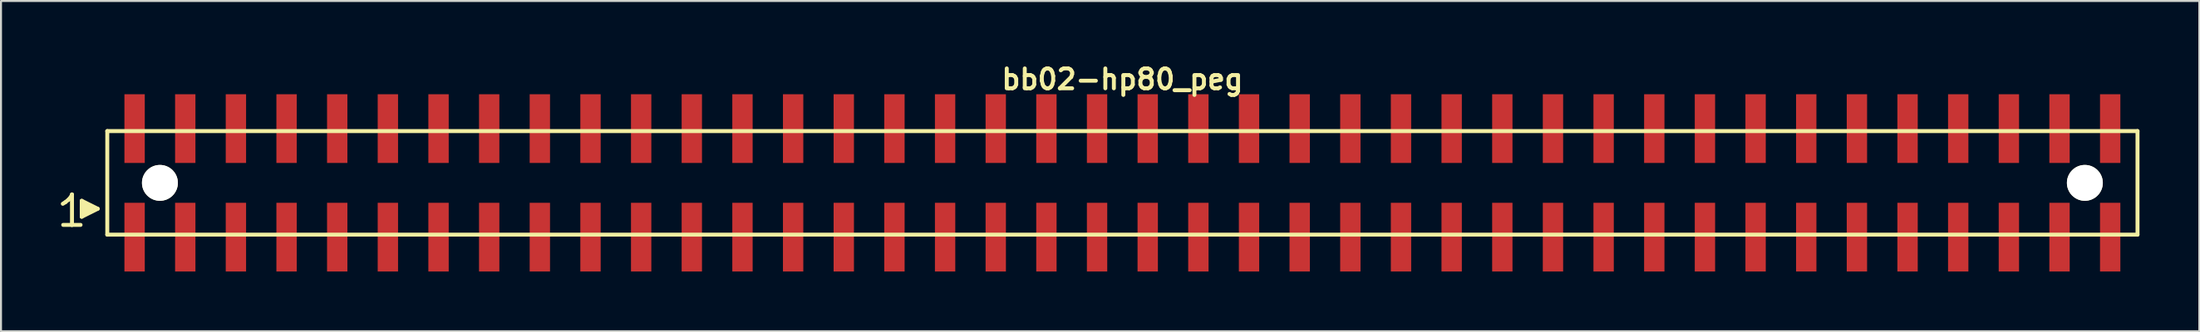
<source format=kicad_pcb>
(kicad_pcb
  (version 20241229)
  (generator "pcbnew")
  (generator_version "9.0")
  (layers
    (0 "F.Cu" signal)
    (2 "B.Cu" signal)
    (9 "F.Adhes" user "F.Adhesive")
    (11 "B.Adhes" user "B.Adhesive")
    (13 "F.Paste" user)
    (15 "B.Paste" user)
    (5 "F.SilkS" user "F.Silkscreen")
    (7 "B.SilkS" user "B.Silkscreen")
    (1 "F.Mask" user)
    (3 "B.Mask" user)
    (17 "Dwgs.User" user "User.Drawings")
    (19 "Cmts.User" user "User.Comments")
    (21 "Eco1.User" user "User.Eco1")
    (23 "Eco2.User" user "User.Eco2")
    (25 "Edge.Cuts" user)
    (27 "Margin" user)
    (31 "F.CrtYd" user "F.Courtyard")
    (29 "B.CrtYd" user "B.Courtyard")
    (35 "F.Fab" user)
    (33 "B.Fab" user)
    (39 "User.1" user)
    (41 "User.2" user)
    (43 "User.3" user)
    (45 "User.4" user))
  (footprint "bb02-hp80_peg"
    (layer "F.Cu")
    (at 53.229 6.132)
    (property "Reference" "bb02-hp80_peg" (at 0 -5.2 0) (layer "F.SilkS") (effects (font (size 0.998 0.998) (thickness 0.198))))
    (attr smd)
    (fp_line (start -53.13 1.05) (end -53 0.97) (stroke (width 0.198) (type solid)) (layer "F.SilkS"))
    (fp_line (start -53 0.97) (end -52.84 0.84) (stroke (width 0.198) (type solid)) (layer "F.SilkS"))
    (fp_line (start -52.84 0.84) (end -52.7 0.67) (stroke (width 0.198) (type solid)) (layer "F.SilkS"))
    (fp_line (start -52.7 0.67) (end -52.67 0.58) (stroke (width 0.198) (type solid)) (layer "F.SilkS"))
    (fp_line (start -52.67 0.58) (end -52.67 2.11) (stroke (width 0.198) (type solid)) (layer "F.SilkS"))
    (fp_line (start -52.67 2.11) (end -53.11 2.11) (stroke (width 0.198) (type solid)) (layer "F.SilkS"))
    (fp_line (start -52.24 2.11) (end -52.68 2.11) (stroke (width 0.198) (type solid)) (layer "F.SilkS"))
    (fp_line (start -52.18 0.9) (end -51.38 1.3) (stroke (width 0.198) (type solid)) (layer "F.SilkS"))
    (fp_line (start -52.18 1.7) (end -52.18 0.9) (stroke (width 0.198) (type solid)) (layer "F.SilkS"))
    (fp_line (start -52.08 1.6) (end -52.08 1) (stroke (width 0.198) (type solid)) (layer "F.SilkS"))
    (fp_line (start -51.98 1.1) (end -51.98 1.5) (stroke (width 0.198) (type solid)) (layer "F.SilkS"))
    (fp_line (start -51.88 1.5) (end -51.88 1.1) (stroke (width 0.198) (type solid)) (layer "F.SilkS"))
    (fp_line (start -51.78 1.2) (end -51.78 1.4) (stroke (width 0.198) (type solid)) (layer "F.SilkS"))
    (fp_line (start -51.68 1.4) (end -51.68 1.2) (stroke (width 0.198) (type solid)) (layer "F.SilkS"))
    (fp_line (start -51.38 1.3) (end -52.18 1.7) (stroke (width 0.198) (type solid)) (layer "F.SilkS"))
    (fp_line (start -50.9 -2.6) (end -50.9 2.6) (stroke (width 0.198) (type solid)) (layer "F.SilkS"))
    (fp_line (start -50.9 -2.6) (end 50.9 -2.6) (stroke (width 0.198) (type solid)) (layer "F.SilkS"))
    (fp_line (start -50.9 2.6) (end 50.9 2.6) (stroke (width 0.198) (type solid)) (layer "F.SilkS"))
    (fp_line (start 50.9 2.6) (end 50.9 -2.6) (stroke (width 0.198) (type solid)) (layer "F.SilkS"))
    (pad "" np_thru_hole circle (at -48.26 0) (size 1.8 1.8) (drill 1.8) (layers "*.Cu" "*.Mask" "F.SilkS"))
    (pad "" np_thru_hole circle (at 48.26 0) (size 1.8 1.8) (drill 1.8) (layers "*.Cu" "*.Mask" "F.SilkS"))
    (pad "1" smd rect (at -49.53 2.725) (size 1.02 3.45) (layers "F.Cu" "F.Mask" "F.Paste"))
    (pad "2" smd rect (at -49.53 -2.725) (size 1.02 3.45) (layers "F.Cu" "F.Mask" "F.Paste"))
    (pad "3" smd rect (at -46.99 2.725) (size 1.02 3.45) (layers "F.Cu" "F.Mask" "F.Paste"))
    (pad "4" smd rect (at -46.99 -2.725) (size 1.02 3.45) (layers "F.Cu" "F.Mask" "F.Paste"))
    (pad "5" smd rect (at -44.45 2.725) (size 1.02 3.45) (layers "F.Cu" "F.Mask" "F.Paste"))
    (pad "6" smd rect (at -44.45 -2.725) (size 1.02 3.45) (layers "F.Cu" "F.Mask" "F.Paste"))
    (pad "7" smd rect (at -41.91 2.725) (size 1.02 3.45) (layers "F.Cu" "F.Mask" "F.Paste"))
    (pad "8" smd rect (at -41.91 -2.725) (size 1.02 3.45) (layers "F.Cu" "F.Mask" "F.Paste"))
    (pad "9" smd rect (at -39.37 2.725) (size 1.02 3.45) (layers "F.Cu" "F.Mask" "F.Paste"))
    (pad "10" smd rect (at -39.37 -2.725) (size 1.02 3.45) (layers "F.Cu" "F.Mask" "F.Paste"))
    (pad "11" smd rect (at -36.83 2.725) (size 1.02 3.45) (layers "F.Cu" "F.Mask" "F.Paste"))
    (pad "12" smd rect (at -36.83 -2.725) (size 1.02 3.45) (layers "F.Cu" "F.Mask" "F.Paste"))
    (pad "13" smd rect (at -34.29 2.725) (size 1.02 3.45) (layers "F.Cu" "F.Mask" "F.Paste"))
    (pad "14" smd rect (at -34.29 -2.725) (size 1.02 3.45) (layers "F.Cu" "F.Mask" "F.Paste"))
    (pad "15" smd rect (at -31.75 2.725) (size 1.02 3.45) (layers "F.Cu" "F.Mask" "F.Paste"))
    (pad "16" smd rect (at -31.75 -2.725) (size 1.02 3.45) (layers "F.Cu" "F.Mask" "F.Paste"))
    (pad "17" smd rect (at -29.21 2.725) (size 1.02 3.45) (layers "F.Cu" "F.Mask" "F.Paste"))
    (pad "18" smd rect (at -29.21 -2.725) (size 1.02 3.45) (layers "F.Cu" "F.Mask" "F.Paste"))
    (pad "19" smd rect (at -26.67 2.725) (size 1.02 3.45) (layers "F.Cu" "F.Mask" "F.Paste"))
    (pad "20" smd rect (at -26.67 -2.725) (size 1.02 3.45) (layers "F.Cu" "F.Mask" "F.Paste"))
    (pad "21" smd rect (at -24.13 2.725) (size 1.02 3.45) (layers "F.Cu" "F.Mask" "F.Paste"))
    (pad "22" smd rect (at -24.13 -2.725) (size 1.02 3.45) (layers "F.Cu" "F.Mask" "F.Paste"))
    (pad "23" smd rect (at -21.59 2.725) (size 1.02 3.45) (layers "F.Cu" "F.Mask" "F.Paste"))
    (pad "24" smd rect (at -21.59 -2.725) (size 1.02 3.45) (layers "F.Cu" "F.Mask" "F.Paste"))
    (pad "25" smd rect (at -19.05 2.725) (size 1.02 3.45) (layers "F.Cu" "F.Mask" "F.Paste"))
    (pad "26" smd rect (at -19.05 -2.725) (size 1.02 3.45) (layers "F.Cu" "F.Mask" "F.Paste"))
    (pad "27" smd rect (at -16.51 2.725) (size 1.02 3.45) (layers "F.Cu" "F.Mask" "F.Paste"))
    (pad "28" smd rect (at -16.51 -2.725) (size 1.02 3.45) (layers "F.Cu" "F.Mask" "F.Paste"))
    (pad "29" smd rect (at -13.97 2.725) (size 1.02 3.45) (layers "F.Cu" "F.Mask" "F.Paste"))
    (pad "30" smd rect (at -13.97 -2.725) (size 1.02 3.45) (layers "F.Cu" "F.Mask" "F.Paste"))
    (pad "31" smd rect (at -11.43 2.725) (size 1.02 3.45) (layers "F.Cu" "F.Mask" "F.Paste"))
    (pad "32" smd rect (at -11.43 -2.725) (size 1.02 3.45) (layers "F.Cu" "F.Mask" "F.Paste"))
    (pad "33" smd rect (at -8.89 2.725) (size 1.02 3.45) (layers "F.Cu" "F.Mask" "F.Paste"))
    (pad "34" smd rect (at -8.89 -2.725) (size 1.02 3.45) (layers "F.Cu" "F.Mask" "F.Paste"))
    (pad "35" smd rect (at -6.35 2.725) (size 1.02 3.45) (layers "F.Cu" "F.Mask" "F.Paste"))
    (pad "36" smd rect (at -6.35 -2.725) (size 1.02 3.45) (layers "F.Cu" "F.Mask" "F.Paste"))
    (pad "37" smd rect (at -3.81 2.725) (size 1.02 3.45) (layers "F.Cu" "F.Mask" "F.Paste"))
    (pad "38" smd rect (at -3.81 -2.725) (size 1.02 3.45) (layers "F.Cu" "F.Mask" "F.Paste"))
    (pad "39" smd rect (at -1.27 2.725) (size 1.02 3.45) (layers "F.Cu" "F.Mask" "F.Paste"))
    (pad "40" smd rect (at -1.27 -2.725) (size 1.02 3.45) (layers "F.Cu" "F.Mask" "F.Paste"))
    (pad "41" smd rect (at 1.27 2.725) (size 1.02 3.45) (layers "F.Cu" "F.Mask" "F.Paste"))
    (pad "42" smd rect (at 1.27 -2.725) (size 1.02 3.45) (layers "F.Cu" "F.Mask" "F.Paste"))
    (pad "43" smd rect (at 3.81 2.725) (size 1.02 3.45) (layers "F.Cu" "F.Mask" "F.Paste"))
    (pad "44" smd rect (at 3.81 -2.725) (size 1.02 3.45) (layers "F.Cu" "F.Mask" "F.Paste"))
    (pad "45" smd rect (at 6.35 2.725) (size 1.02 3.45) (layers "F.Cu" "F.Mask" "F.Paste"))
    (pad "46" smd rect (at 6.35 -2.725) (size 1.02 3.45) (layers "F.Cu" "F.Mask" "F.Paste"))
    (pad "47" smd rect (at 8.89 2.725) (size 1.02 3.45) (layers "F.Cu" "F.Mask" "F.Paste"))
    (pad "48" smd rect (at 8.89 -2.725) (size 1.02 3.45) (layers "F.Cu" "F.Mask" "F.Paste"))
    (pad "49" smd rect (at 11.43 2.725) (size 1.02 3.45) (layers "F.Cu" "F.Mask" "F.Paste"))
    (pad "50" smd rect (at 11.43 -2.725) (size 1.02 3.45) (layers "F.Cu" "F.Mask" "F.Paste"))
    (pad "51" smd rect (at 13.97 2.725) (size 1.02 3.45) (layers "F.Cu" "F.Mask" "F.Paste"))
    (pad "52" smd rect (at 13.97 -2.725) (size 1.02 3.45) (layers "F.Cu" "F.Mask" "F.Paste"))
    (pad "53" smd rect (at 16.51 2.725) (size 1.02 3.45) (layers "F.Cu" "F.Mask" "F.Paste"))
    (pad "54" smd rect (at 16.51 -2.725) (size 1.02 3.45) (layers "F.Cu" "F.Mask" "F.Paste"))
    (pad "55" smd rect (at 19.05 2.725) (size 1.02 3.45) (layers "F.Cu" "F.Mask" "F.Paste"))
    (pad "56" smd rect (at 19.05 -2.725) (size 1.02 3.45) (layers "F.Cu" "F.Mask" "F.Paste"))
    (pad "57" smd rect (at 21.59 2.725) (size 1.02 3.45) (layers "F.Cu" "F.Mask" "F.Paste"))
    (pad "58" smd rect (at 21.59 -2.725) (size 1.02 3.45) (layers "F.Cu" "F.Mask" "F.Paste"))
    (pad "59" smd rect (at 24.13 2.725) (size 1.02 3.45) (layers "F.Cu" "F.Mask" "F.Paste"))
    (pad "60" smd rect (at 24.13 -2.725) (size 1.02 3.45) (layers "F.Cu" "F.Mask" "F.Paste"))
    (pad "61" smd rect (at 26.67 2.725) (size 1.02 3.45) (layers "F.Cu" "F.Mask" "F.Paste"))
    (pad "62" smd rect (at 26.67 -2.725) (size 1.02 3.45) (layers "F.Cu" "F.Mask" "F.Paste"))
    (pad "63" smd rect (at 29.21 2.725) (size 1.02 3.45) (layers "F.Cu" "F.Mask" "F.Paste"))
    (pad "64" smd rect (at 29.21 -2.725) (size 1.02 3.45) (layers "F.Cu" "F.Mask" "F.Paste"))
    (pad "65" smd rect (at 31.75 2.725) (size 1.02 3.45) (layers "F.Cu" "F.Mask" "F.Paste"))
    (pad "66" smd rect (at 31.75 -2.725) (size 1.02 3.45) (layers "F.Cu" "F.Mask" "F.Paste"))
    (pad "67" smd rect (at 34.29 2.725) (size 1.02 3.45) (layers "F.Cu" "F.Mask" "F.Paste"))
    (pad "68" smd rect (at 34.29 -2.725) (size 1.02 3.45) (layers "F.Cu" "F.Mask" "F.Paste"))
    (pad "69" smd rect (at 36.83 2.725) (size 1.02 3.45) (layers "F.Cu" "F.Mask" "F.Paste"))
    (pad "70" smd rect (at 36.83 -2.725) (size 1.02 3.45) (layers "F.Cu" "F.Mask" "F.Paste"))
    (pad "71" smd rect (at 39.37 2.725) (size 1.02 3.45) (layers "F.Cu" "F.Mask" "F.Paste"))
    (pad "72" smd rect (at 39.37 -2.725) (size 1.02 3.45) (layers "F.Cu" "F.Mask" "F.Paste"))
    (pad "73" smd rect (at 41.91 2.725) (size 1.02 3.45) (layers "F.Cu" "F.Mask" "F.Paste"))
    (pad "74" smd rect (at 41.91 -2.725) (size 1.02 3.45) (layers "F.Cu" "F.Mask" "F.Paste"))
    (pad "75" smd rect (at 44.45 2.725) (size 1.02 3.45) (layers "F.Cu" "F.Mask" "F.Paste"))
    (pad "76" smd rect (at 44.45 -2.725) (size 1.02 3.45) (layers "F.Cu" "F.Mask" "F.Paste"))
    (pad "77" smd rect (at 46.99 2.725) (size 1.02 3.45) (layers "F.Cu" "F.Mask" "F.Paste"))
    (pad "78" smd rect (at 46.99 -2.725) (size 1.02 3.45) (layers "F.Cu" "F.Mask" "F.Paste"))
    (pad "79" smd rect (at 49.53 2.725) (size 1.02 3.45) (layers "F.Cu" "F.Mask" "F.Paste"))
    (pad "80" smd rect (at 49.53 -2.725) (size 1.02 3.45) (layers "F.Cu" "F.Mask" "F.Paste")))
  (gr_rect
    (start -3 -3)
    (end 107.228 13.582)
    (stroke (width 0.1) (type default))
    (fill no)
    (layer "Edge.Cuts")))
</source>
